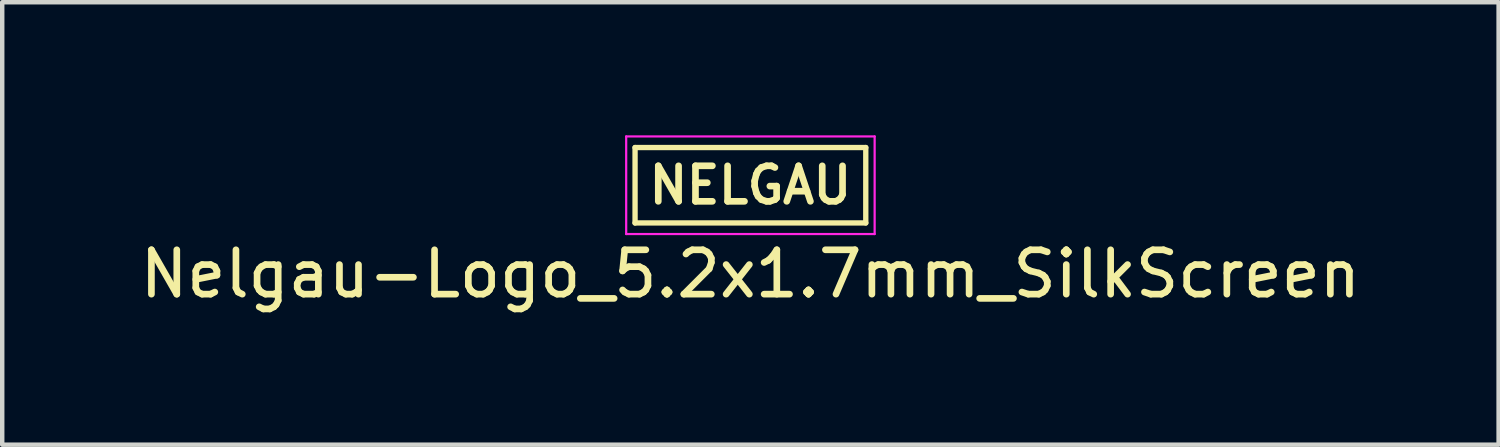
<source format=kicad_pcb>
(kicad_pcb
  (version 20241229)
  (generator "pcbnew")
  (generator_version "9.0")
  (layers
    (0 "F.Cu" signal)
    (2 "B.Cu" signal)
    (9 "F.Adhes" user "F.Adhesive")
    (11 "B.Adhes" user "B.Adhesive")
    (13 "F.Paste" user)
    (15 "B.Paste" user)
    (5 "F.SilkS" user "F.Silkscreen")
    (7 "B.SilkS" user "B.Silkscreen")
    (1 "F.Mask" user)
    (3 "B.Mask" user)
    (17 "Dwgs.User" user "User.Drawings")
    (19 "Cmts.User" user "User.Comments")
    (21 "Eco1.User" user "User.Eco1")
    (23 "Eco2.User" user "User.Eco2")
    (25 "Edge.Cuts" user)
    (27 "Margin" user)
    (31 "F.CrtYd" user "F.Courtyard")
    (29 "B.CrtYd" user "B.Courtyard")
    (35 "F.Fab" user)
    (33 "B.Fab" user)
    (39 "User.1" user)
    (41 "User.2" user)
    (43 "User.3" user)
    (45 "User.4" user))
  (footprint "Nelgau-Logo_5.2x1.7mm_SilkScreen"
    (layer "F.Cu")
    (at 13.863 1.125)
    (property "Reference" "Nelgau-Logo_5.2x1.7mm_SilkScreen" (at 0 2 0) (layer "F.SilkS") (effects (font (size 1 1) (thickness 0.15))))
    (attr exclude_from_pos_files exclude_from_bom)
    (fp_line (start -2.6 -0.85) (end -2.6 0.85) (stroke (width 0.12) (type solid)) (layer "F.SilkS"))
    (fp_line (start -2.6 -0.85) (end 2.6 -0.85) (stroke (width 0.12) (type solid)) (layer "F.SilkS"))
    (fp_line (start -2.6 0.85) (end 2.6 0.85) (stroke (width 0.12) (type solid)) (layer "F.SilkS"))
    (fp_line (start 2.6 -0.85) (end 2.6 0.85) (stroke (width 0.12) (type solid)) (layer "F.SilkS"))
    (fp_line (start -2.8 -1.1) (end 2.8 -1.1) (stroke (width 0.05) (type solid)) (layer "F.CrtYd"))
    (fp_line (start -2.8 1.1) (end -2.8 -1.1) (stroke (width 0.05) (type solid)) (layer "F.CrtYd"))
    (fp_line (start 2.8 -1.1) (end 2.8 1.1) (stroke (width 0.05) (type solid)) (layer "F.CrtYd"))
    (fp_line (start 2.8 1.1) (end -2.8 1.1) (stroke (width 0.05) (type solid)) (layer "F.CrtYd"))
    (fp_text user "NELGAU" (at 0 0 0) (layer "F.SilkS") (effects (font (size 0.8 0.8) (thickness 0.15)))))
  (gr_rect
    (start -3 -3)
    (end 30.726 6.973)
    (stroke (width 0.1) (type default))
    (fill no)
    (layer "Edge.Cuts")))
</source>
